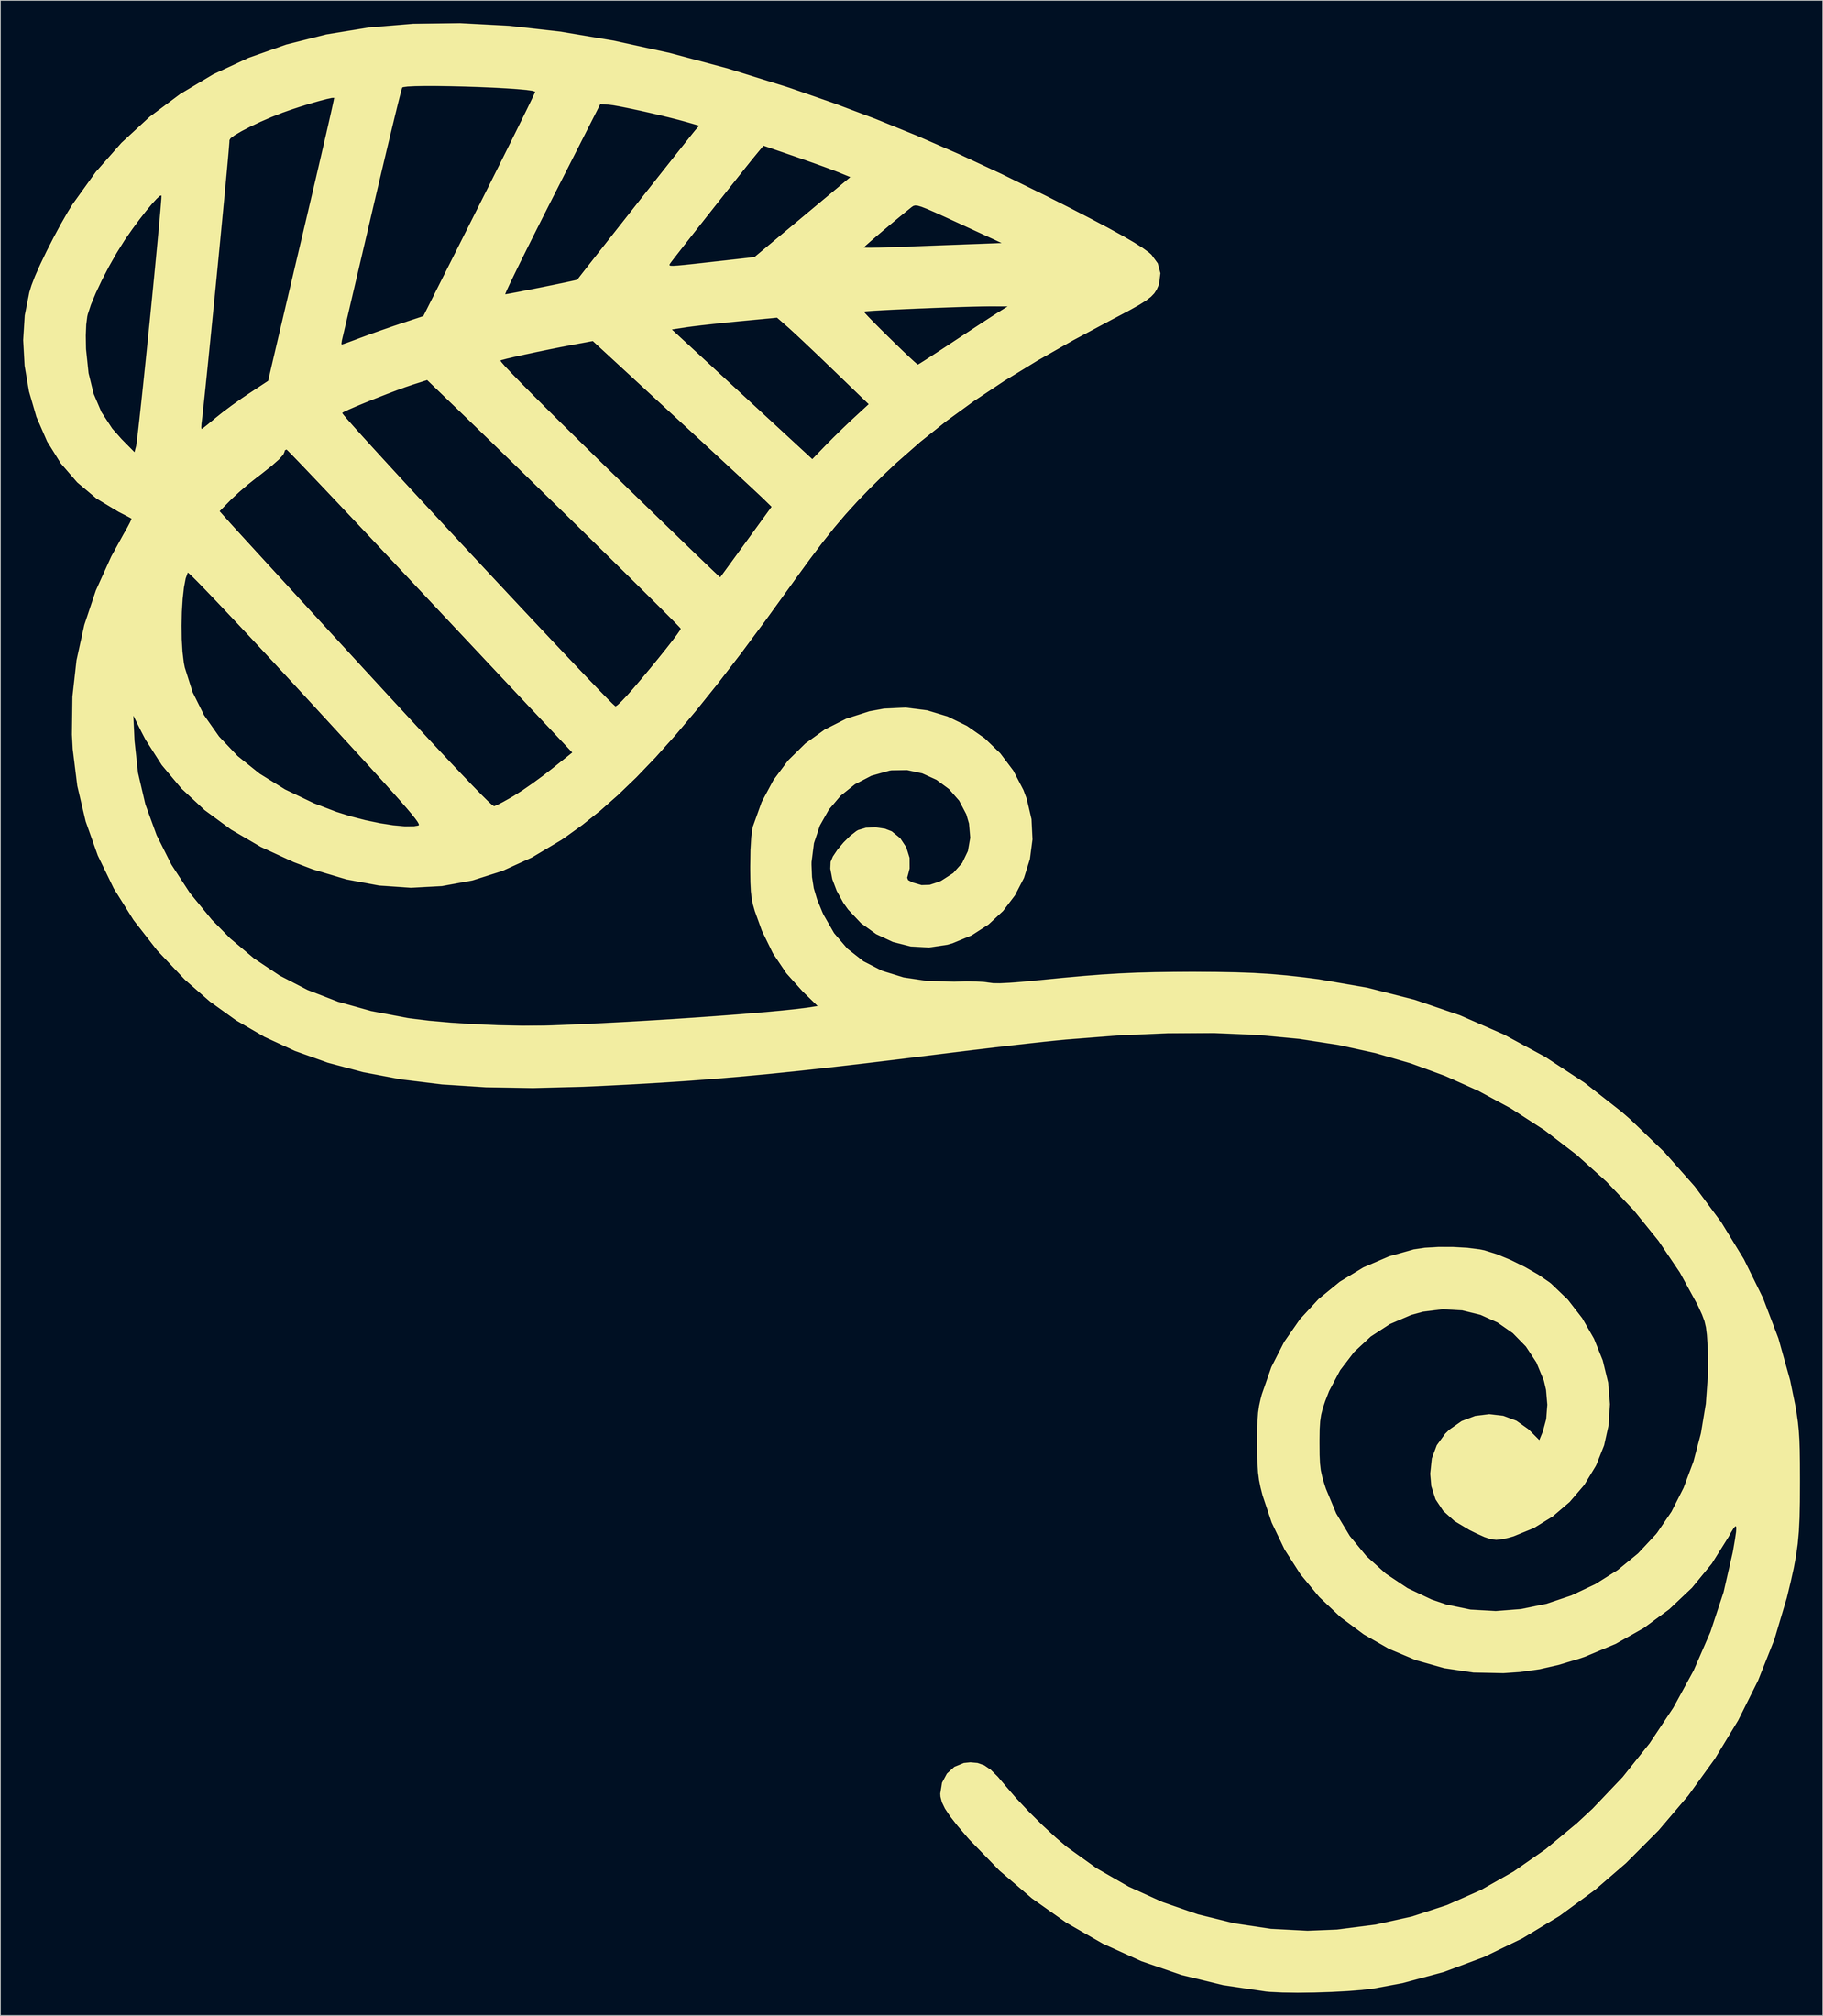
<source format=kicad_pcb>
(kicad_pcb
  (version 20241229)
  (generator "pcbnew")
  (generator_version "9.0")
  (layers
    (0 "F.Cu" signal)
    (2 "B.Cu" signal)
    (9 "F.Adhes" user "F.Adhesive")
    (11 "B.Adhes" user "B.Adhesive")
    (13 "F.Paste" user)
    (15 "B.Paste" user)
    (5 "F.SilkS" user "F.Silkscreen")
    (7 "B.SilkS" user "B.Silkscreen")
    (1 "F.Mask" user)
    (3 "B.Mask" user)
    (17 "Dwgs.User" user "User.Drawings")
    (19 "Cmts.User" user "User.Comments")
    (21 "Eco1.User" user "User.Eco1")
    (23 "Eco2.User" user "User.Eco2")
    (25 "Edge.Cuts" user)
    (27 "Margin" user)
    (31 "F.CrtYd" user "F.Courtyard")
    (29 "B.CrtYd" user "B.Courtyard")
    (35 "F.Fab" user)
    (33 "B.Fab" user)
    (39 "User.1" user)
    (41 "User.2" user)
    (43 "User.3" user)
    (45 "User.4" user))
  (footprint "leaf-logo"
    (layer "F.Cu")
    (at 116.942 129.597)
    (property "Reference" "leaf-logo" (at 0 0 0) (layer "F.SilkS") (effects (font (size 1.524 1.524) (thickness 0.3))))
    (attr board_only exclude_from_pos_files exclude_from_bom)
    (fp_poly (pts (xy -53.015 -129.251) (xy -46.268 -128.486) (xy -39.235 -127.298) (xy -31.918 -125.689) (xy -24.322 -123.658) (xy -16.449 -121.204) (xy -16.007 -121.057) (xy -10.346 -119.087) (xy -4.852 -117.02) (xy 0.59 -114.808) (xy 6.097 -112.402) (xy 11.782 -109.753) (xy 17.595 -106.897) (xy 20.779 -105.285) (xy 23.505 -103.878) (xy 25.799 -102.664) (xy 27.684 -101.627) (xy 29.185 -100.755) (xy 30.326 -100.033) (xy 31.131 -99.449) (xy 31.477 -99.146) (xy 32.319 -97.994) (xy 32.665 -96.702) (xy 32.5 -95.337) (xy 32.409 -95.074) (xy 32.17 -94.532) (xy 31.862 -94.055) (xy 31.42 -93.595) (xy 30.782 -93.105) (xy 29.883 -92.54) (xy 28.66 -91.853) (xy 27.05 -90.997) (xy 26.326 -90.62) (xy 21.133 -87.843) (xy 16.403 -85.149) (xy 12.085 -82.504) (xy 8.124 -79.871) (xy 4.47 -77.215) (xy 1.07 -74.5) (xy -2.129 -71.69) (xy -3.798 -70.115) (xy -5.602 -68.335) (xy -7.229 -66.648) (xy -8.753 -64.967) (xy -10.246 -63.206) (xy -11.781 -61.277) (xy -13.431 -59.094) (xy -15.268 -56.571) (xy -15.783 -55.852) (xy -19.262 -51.039) (xy -22.514 -46.664) (xy -25.564 -42.7) (xy -28.438 -39.118) (xy -31.161 -35.89) (xy -33.758 -32.99) (xy -36.253 -30.389) (xy -38.671 -28.059) (xy -41.038 -25.973) (xy -43.379 -24.104) (xy -45.718 -22.422) (xy -46.17 -22.118) (xy -50.014 -19.828) (xy -53.9 -18.057) (xy -57.842 -16.803) (xy -61.851 -16.066) (xy -65.941 -15.844) (xy -70.125 -16.135) (xy -74.416 -16.94) (xy -78.827 -18.257) (xy -81.338 -19.212) (xy -85.673 -21.211) (xy -89.587 -23.496) (xy -93.07 -26.059) (xy -96.114 -28.892) (xy -98.71 -31.989) (xy -100.849 -35.34) (xy -101.393 -36.38) (xy -102.448 -38.497) (xy -102.293 -35.19) (xy -101.832 -30.952) (xy -100.859 -26.801) (xy -99.387 -22.766) (xy -97.432 -18.875) (xy -95.006 -15.158) (xy -92.124 -11.642) (xy -89.704 -9.185) (xy -86.58 -6.551) (xy -83.199 -4.293) (xy -79.524 -2.396) (xy -75.52 -0.845) (xy -71.151 0.378) (xy -66.383 1.287) (xy -66.02 1.341) (xy -63.542 1.647) (xy -60.685 1.904) (xy -57.597 2.104) (xy -54.426 2.239) (xy -51.322 2.303) (xy -48.431 2.288) (xy -47.36 2.258) (xy -44.432 2.141) (xy -41.318 1.996) (xy -38.081 1.825) (xy -34.782 1.635) (xy -31.486 1.429) (xy -28.255 1.211) (xy -25.152 0.987) (xy -22.239 0.76) (xy -19.579 0.536) (xy -17.236 0.318) (xy -15.271 0.11) (xy -13.748 -0.081) (xy -13.292 -0.15) (xy -12.429 -0.29) (xy -14.384 -2.195) (xy -16.533 -4.585) (xy -18.309 -7.224) (xy -19.758 -10.19) (xy -20.695 -12.789) (xy -20.938 -13.643) (xy -21.107 -14.473) (xy -21.213 -15.405) (xy -21.271 -16.57) (xy -21.293 -18.096) (xy -21.294 -18.653) (xy -21.262 -20.806) (xy -21.16 -22.495) (xy -20.99 -23.693) (xy -20.929 -23.945) (xy -19.785 -27.127) (xy -18.233 -30.023) (xy -16.309 -32.6) (xy -14.048 -34.826) (xy -11.488 -36.668) (xy -8.664 -38.093) (xy -5.613 -39.069) (xy -3.696 -39.424) (xy -0.841 -39.557) (xy 1.967 -39.197) (xy 4.672 -38.38) (xy 7.215 -37.141) (xy 9.542 -35.517) (xy 11.594 -33.543) (xy 13.316 -31.256) (xy 14.65 -28.691) (xy 15.084 -27.53) (xy 15.709 -24.861) (xy 15.837 -22.203) (xy 15.497 -19.612) (xy 14.719 -17.143) (xy 13.533 -14.85) (xy 11.969 -12.788) (xy 10.057 -11.013) (xy 7.827 -9.578) (xy 5.308 -8.539) (xy 4.632 -8.346) (xy 2.232 -7.985) (xy -0.175 -8.117) (xy -2.518 -8.713) (xy -4.721 -9.742) (xy -6.713 -11.175) (xy -8.419 -12.983) (xy -9.047 -13.869) (xy -9.914 -15.436) (xy -10.497 -16.972) (xy -10.76 -18.359) (xy -10.722 -19.24) (xy -10.422 -19.957) (xy -9.815 -20.857) (xy -9.019 -21.806) (xy -8.15 -22.668) (xy -7.325 -23.308) (xy -7.094 -23.441) (xy -6.061 -23.747) (xy -4.8 -23.8) (xy -3.546 -23.607) (xy -2.677 -23.269) (xy -1.562 -22.367) (xy -0.763 -21.161) (xy -0.333 -19.787) (xy -0.325 -18.38) (xy -0.489 -17.729) (xy -0.644 -17.17) (xy -0.522 -16.853) (xy -0.025 -16.586) (xy 0.132 -16.52) (xy 1.244 -16.197) (xy 2.319 -16.231) (xy 3.539 -16.635) (xy 3.836 -16.77) (xy 5.411 -17.781) (xy 6.587 -19.103) (xy 7.341 -20.671) (xy 7.649 -22.423) (xy 7.486 -24.294) (xy 7.13 -25.51) (xy 6.188 -27.303) (xy 4.851 -28.831) (xy 3.207 -30.044) (xy 1.343 -30.892) (xy -0.654 -31.326) (xy -2.694 -31.296) (xy -2.993 -31.249) (xy -5.367 -30.576) (xy -7.514 -29.461) (xy -9.388 -27.961) (xy -10.943 -26.132) (xy -12.131 -24.031) (xy -12.907 -21.713) (xy -13.224 -19.235) (xy -13.229 -18.875) (xy -13.163 -17.243) (xy -12.933 -15.784) (xy -12.494 -14.308) (xy -11.8 -12.625) (xy -11.653 -12.303) (xy -10.26 -9.872) (xy -8.509 -7.832) (xy -6.402 -6.181) (xy -3.941 -4.922) (xy -1.126 -4.054) (xy 2.042 -3.578) (xy 5.561 -3.495) (xy 5.797 -3.504) (xy 7.166 -3.531) (xy 8.437 -3.515) (xy 9.464 -3.458) (xy 10.083 -3.372) (xy 10.661 -3.294) (xy 11.557 -3.284) (xy 12.822 -3.345) (xy 14.509 -3.478) (xy 16.589 -3.678) (xy 19.762 -3.993) (xy 22.529 -4.244) (xy 25.009 -4.439) (xy 27.321 -4.583) (xy 29.584 -4.684) (xy 31.916 -4.748) (xy 34.437 -4.781) (xy 36.909 -4.79) (xy 39.956 -4.777) (xy 42.6 -4.729) (xy 44.964 -4.641) (xy 47.174 -4.503) (xy 49.355 -4.309) (xy 51.631 -4.052) (xy 53.446 -3.817) (xy 59.893 -2.697) (xy 66.112 -1.109) (xy 72.09 0.94) (xy 77.817 3.446) (xy 83.278 6.403) (xy 88.463 9.805) (xy 93.359 13.646) (xy 94.514 14.655) (xy 98.977 18.95) (xy 102.949 23.442) (xy 106.432 28.135) (xy 109.428 33.031) (xy 111.94 38.134) (xy 113.967 43.446) (xy 115.513 48.97) (xy 116.187 52.255) (xy 116.384 53.419) (xy 116.535 54.486) (xy 116.645 55.555) (xy 116.721 56.727) (xy 116.768 58.103) (xy 116.792 59.783) (xy 116.801 61.867) (xy 116.801 62.442) (xy 116.789 64.938) (xy 116.746 67.023) (xy 116.658 68.818) (xy 116.512 70.439) (xy 116.294 72.007) (xy 115.99 73.64) (xy 115.587 75.456) (xy 115.074 77.568) (xy 113.433 83.064) (xy 111.292 88.452) (xy 108.675 93.694) (xy 105.605 98.754) (xy 102.106 103.596) (xy 98.202 108.184) (xy 93.917 112.482) (xy 89.854 115.99) (xy 85.182 119.422) (xy 80.306 122.37) (xy 75.234 124.829) (xy 69.977 126.794) (xy 64.544 128.263) (xy 60.722 128.98) (xy 59.185 129.167) (xy 57.276 129.319) (xy 55.137 129.432) (xy 52.907 129.504) (xy 50.728 129.529) (xy 48.74 129.503) (xy 47.083 129.424) (xy 46.567 129.378) (xy 40.897 128.531) (xy 35.419 127.193) (xy 30.149 125.375) (xy 25.105 123.084) (xy 20.303 120.33) (xy 15.761 117.121) (xy 11.494 113.465) (xy 7.521 109.373) (xy 7.246 109.061) (xy 5.942 107.531) (xy 4.979 106.299) (xy 4.317 105.299) (xy 3.914 104.464) (xy 3.729 103.726) (xy 3.705 103.341) (xy 3.936 101.907) (xy 4.58 100.706) (xy 5.563 99.813) (xy 6.811 99.306) (xy 7.65 99.219) (xy 8.621 99.307) (xy 9.488 99.612) (xy 10.344 100.197) (xy 11.284 101.126) (xy 12.245 102.261) (xy 13.655 103.904) (xy 15.343 105.702) (xy 17.158 107.504) (xy 18.948 109.159) (xy 20.373 110.366) (xy 24.267 113.157) (xy 28.482 115.577) (xy 32.951 117.604) (xy 37.606 119.218) (xy 42.381 120.399) (xy 47.21 121.126) (xy 52.023 121.379) (xy 55.898 121.22) (xy 60.957 120.57) (xy 65.774 119.498) (xy 70.385 117.988) (xy 74.825 116.023) (xy 79.127 113.586) (xy 83.327 110.662) (xy 87.459 107.234) (xy 89.528 105.309) (xy 93.476 101.159) (xy 97.02 96.722) (xy 100.139 92.035) (xy 102.814 87.135) (xy 105.024 82.058) (xy 106.749 76.842) (xy 107.957 71.59) (xy 108.232 70.017) (xy 108.393 68.935) (xy 108.431 68.317) (xy 108.34 68.135) (xy 108.11 68.362) (xy 107.735 68.97) (xy 107.394 69.585) (xy 105.199 73.083) (xy 102.595 76.255) (xy 99.606 79.083) (xy 96.255 81.548) (xy 92.566 83.631) (xy 88.561 85.312) (xy 87.795 85.576) (xy 85.043 86.408) (xy 82.516 86.981) (xy 80.004 87.336) (xy 77.787 87.493) (xy 73.847 87.412) (xy 70.002 86.834) (xy 66.292 85.786) (xy 62.755 84.297) (xy 59.429 82.395) (xy 56.353 80.109) (xy 53.564 77.466) (xy 51.102 74.494) (xy 49.003 71.223) (xy 47.307 67.68) (xy 46.107 64.103) (xy 45.832 63.022) (xy 45.639 62.067) (xy 45.513 61.1) (xy 45.44 59.983) (xy 45.407 58.577) (xy 45.398 57.282) (xy 45.404 55.569) (xy 45.44 54.254) (xy 45.518 53.207) (xy 45.651 52.298) (xy 45.852 51.397) (xy 46.01 50.8) (xy 47.265 47.212) (xy 48.948 43.908) (xy 51.029 40.918) (xy 53.478 38.269) (xy 56.266 35.989) (xy 59.364 34.107) (xy 62.741 32.651) (xy 66.014 31.725) (xy 67.465 31.513) (xy 69.245 31.41) (xy 71.166 31.413) (xy 73.039 31.519) (xy 74.675 31.726) (xy 75.274 31.849) (xy 76.887 32.354) (xy 78.727 33.115) (xy 80.618 34.046) (xy 82.384 35.059) (xy 83.851 36.067) (xy 84.065 36.237) (xy 86.267 38.348) (xy 88.161 40.792) (xy 89.705 43.483) (xy 90.855 46.332) (xy 91.569 49.254) (xy 91.806 52.099) (xy 91.618 54.918) (xy 91.04 57.507) (xy 90.035 60.035) (xy 89.936 60.237) (xy 88.423 62.729) (xy 86.509 64.962) (xy 84.269 66.875) (xy 81.782 68.406) (xy 79.121 69.492) (xy 78.425 69.69) (xy 77.558 69.887) (xy 76.833 69.953) (xy 76.121 69.86) (xy 75.29 69.582) (xy 74.209 69.093) (xy 73.334 68.661) (xy 71.359 67.479) (xy 69.878 66.144) (xy 68.867 64.624) (xy 68.305 62.887) (xy 68.163 61.251) (xy 68.375 59.242) (xy 69.02 57.508) (xy 70.128 55.987) (xy 70.681 55.447) (xy 72.294 54.321) (xy 74.072 53.643) (xy 75.927 53.411) (xy 77.769 53.624) (xy 79.51 54.28) (xy 81.061 55.379) (xy 81.267 55.577) (xy 82.516 56.826) (xy 82.965 55.731) (xy 83.419 54.066) (xy 83.565 52.163) (xy 83.398 50.217) (xy 83.115 49.007) (xy 82.126 46.605) (xy 80.744 44.511) (xy 79.022 42.752) (xy 77.016 41.356) (xy 74.779 40.349) (xy 72.366 39.758) (xy 69.831 39.61) (xy 67.229 39.931) (xy 65.643 40.366) (xy 62.849 41.568) (xy 60.342 43.201) (xy 58.155 45.233) (xy 56.319 47.631) (xy 54.867 50.364) (xy 54.336 51.729) (xy 54.023 52.68) (xy 53.813 53.504) (xy 53.687 54.351) (xy 53.624 55.373) (xy 53.604 56.722) (xy 53.604 57.282) (xy 53.616 58.768) (xy 53.665 59.887) (xy 53.773 60.802) (xy 53.963 61.673) (xy 54.259 62.663) (xy 54.447 63.235) (xy 55.801 66.483) (xy 57.588 69.448) (xy 59.771 72.096) (xy 62.315 74.393) (xy 65.185 76.307) (xy 68.347 77.802) (xy 70.301 78.465) (xy 73.475 79.126) (xy 76.77 79.315) (xy 80.123 79.052) (xy 83.469 78.36) (xy 86.744 77.26) (xy 89.883 75.775) (xy 92.823 73.926) (xy 95.497 71.737) (xy 97.843 69.227) (xy 98.031 68.992) (xy 99.901 66.242) (xy 101.493 63.101) (xy 102.789 59.64) (xy 103.77 55.93) (xy 104.417 52.044) (xy 104.71 48.051) (xy 104.65 44.323) (xy 104.556 42.985) (xy 104.433 41.993) (xy 104.235 41.163) (xy 103.917 40.312) (xy 103.432 39.257) (xy 103.324 39.031) (xy 100.993 34.763) (xy 98.186 30.606) (xy 94.954 26.608) (xy 91.346 22.818) (xy 87.412 19.284) (xy 83.202 16.056) (xy 78.766 13.181) (xy 74.48 10.868) (xy 70.141 8.926) (xy 65.652 7.276) (xy 60.978 5.915) (xy 56.085 4.839) (xy 50.939 4.043) (xy 45.507 3.523) (xy 39.753 3.276) (xy 33.645 3.297) (xy 27.147 3.582) (xy 20.227 4.128) (xy 18.918 4.255) (xy 17.399 4.414) (xy 15.458 4.629) (xy 13.194 4.888) (xy 10.711 5.18) (xy 8.11 5.492) (xy 5.492 5.813) (xy 3.307 6.086) (xy -1.912 6.738) (xy -6.679 7.315) (xy -11.061 7.825) (xy -15.129 8.273) (xy -18.952 8.666) (xy -22.599 9.01) (xy -26.141 9.311) (xy -29.646 9.577) (xy -33.184 9.813) (xy -36.825 10.025) (xy -40.637 10.221) (xy -43.259 10.342) (xy -49.88 10.514) (xy -56.065 10.414) (xy -61.835 10.036) (xy -67.211 9.373) (xy -72.215 8.421) (xy -76.868 7.174) (xy -81.19 5.626) (xy -85.203 3.771) (xy -88.929 1.604) (xy -92.387 -0.881) (xy -95.6 -3.69) (xy -95.737 -3.823) (xy -99.334 -7.631) (xy -102.431 -11.609) (xy -105.027 -15.758) (xy -107.123 -20.082) (xy -108.722 -24.58) (xy -109.823 -29.256) (xy -110.427 -34.111) (xy -110.526 -36.012) (xy -110.463 -40.994) (xy -109.925 -45.782) (xy -108.92 -50.337) (xy -96.105 -50.337) (xy -96.079 -48.555) (xy -95.981 -46.897) (xy -95.808 -45.471) (xy -95.685 -44.847) (xy -94.651 -41.584) (xy -93.142 -38.547) (xy -91.164 -35.741) (xy -88.725 -33.174) (xy -85.831 -30.851) (xy -82.487 -28.778) (xy -78.702 -26.963) (xy -75.735 -25.828) (xy -73.864 -25.24) (xy -71.93 -24.739) (xy -70.031 -24.341) (xy -68.266 -24.063) (xy -66.733 -23.921) (xy -65.53 -23.931) (xy -64.937 -24.037) (xy -64.878 -24.11) (xy -64.922 -24.278) (xy -65.09 -24.564) (xy -65.401 -24.992) (xy -65.877 -25.585) (xy -66.538 -26.366) (xy -67.404 -27.358) (xy -68.495 -28.585) (xy -69.831 -30.069) (xy -71.434 -31.835) (xy -73.324 -33.904) (xy -75.52 -36.3) (xy -78.044 -39.047) (xy -79.753 -40.906) (xy -82.136 -43.489) (xy -84.397 -45.931) (xy -86.513 -48.205) (xy -88.46 -50.286) (xy -90.212 -52.148) (xy -91.745 -53.765) (xy -93.035 -55.11) (xy -94.057 -56.159) (xy -94.787 -56.885) (xy -95.2 -57.263) (xy -95.286 -57.31) (xy -95.565 -56.535) (xy -95.79 -55.342) (xy -95.958 -53.839) (xy -96.064 -52.134) (xy -96.105 -50.337) (xy -108.92 -50.337) (xy -108.902 -50.42) (xy -107.381 -54.957) (xy -105.351 -59.437) (xy -103.803 -62.255) (xy -103.281 -63.172) (xy -102.895 -63.901) (xy -102.701 -64.334) (xy -102.692 -64.407) (xy -102.961 -64.562) (xy -103.571 -64.884) (xy -104.378 -65.297) (xy -104.527 -65.386) (xy -91.097 -65.386) (xy -89.668 -63.786) (xy -89.279 -63.356) (xy -88.561 -62.567) (xy -87.54 -61.451) (xy -86.245 -60.036) (xy -84.705 -58.354) (xy -82.946 -56.435) (xy -80.998 -54.311) (xy -78.887 -52.011) (xy -76.643 -49.566) (xy -74.293 -47.007) (xy -71.866 -44.364) (xy -71.834 -44.33) (xy -68.663 -40.883) (xy -65.839 -37.825) (xy -63.355 -35.148) (xy -61.205 -32.847) (xy -59.385 -30.915) (xy -57.886 -29.346) (xy -56.705 -28.133) (xy -55.834 -27.27) (xy -55.267 -26.751) (xy -54.999 -26.569) (xy -54.987 -26.569) (xy -54.575 -26.74) (xy -53.837 -27.12) (xy -52.9 -27.644) (xy -52.377 -27.95) (xy -51.285 -28.645) (xy -49.964 -29.558) (xy -48.589 -30.563) (xy -47.459 -31.438) (xy -44.708 -33.639) (xy -50.228 -39.508) (xy -51.366 -40.719) (xy -52.82 -42.266) (xy -54.543 -44.1) (xy -56.487 -46.171) (xy -58.606 -48.428) (xy -60.854 -50.823) (xy -63.183 -53.305) (xy -65.547 -55.824) (xy -67.9 -58.331) (xy -68.901 -59.399) (xy -71.054 -61.691) (xy -73.103 -63.869) (xy -75.021 -65.903) (xy -76.777 -67.761) (xy -78.344 -69.413) (xy -79.691 -70.828) (xy -80.79 -71.976) (xy -81.611 -72.826) (xy -82.126 -73.347) (xy -82.303 -73.51) (xy -82.524 -73.386) (xy -82.55 -73.231) (xy -82.733 -72.82) (xy -83.295 -72.199) (xy -84.258 -71.35) (xy -85.643 -70.252) (xy -86.254 -69.788) (xy -87.363 -68.909) (xy -88.514 -67.923) (xy -89.494 -67.014) (xy -89.668 -66.841) (xy -91.097 -65.386) (xy -104.527 -65.386) (xy -107.287 -67.048) (xy -109.828 -69.178) (xy -111.996 -71.683) (xy -113.789 -74.559) (xy -115.201 -77.799) (xy -115.202 -77.803) (xy -116.171 -81.13) (xy -116.752 -84.527) (xy -116.942 -87.901) (xy -116.904 -88.499) (xy -108.703 -88.499) (xy -108.675 -86.86) (xy -108.665 -86.651) (xy -108.338 -83.562) (xy -107.67 -80.839) (xy -106.64 -78.426) (xy -105.224 -76.265) (xy -103.999 -74.881) (xy -102.297 -73.157) (xy -102.086 -73.951) (xy -102.022 -74.352) (xy -101.911 -75.231) (xy -101.775 -76.401) (xy -93.512 -76.401) (xy -93.465 -76.2) (xy -93.229 -76.359) (xy -92.692 -76.784) (xy -91.954 -77.394) (xy -91.657 -77.644) (xy -90.812 -78.32) (xy -74.976 -78.32) (xy -74.829 -78.104) (xy -74.348 -77.534) (xy -73.563 -76.643) (xy -72.504 -75.462) (xy -71.199 -74.023) (xy -69.678 -72.358) (xy -67.972 -70.497) (xy -66.109 -68.473) (xy -64.118 -66.318) (xy -62.03 -64.063) (xy -59.874 -61.739) (xy -57.679 -59.379) (xy -55.475 -57.015) (xy -53.291 -54.677) (xy -51.157 -52.397) (xy -49.102 -50.208) (xy -47.156 -48.14) (xy -45.348 -46.226) (xy -43.708 -44.497) (xy -42.266 -42.985) (xy -41.05 -41.721) (xy -40.09 -40.738) (xy -39.417 -40.066) (xy -39.058 -39.738) (xy -39.011 -39.71) (xy -38.738 -39.89) (xy -38.204 -40.398) (xy -37.49 -41.153) (xy -36.737 -42.003) (xy -35.608 -43.328) (xy -34.474 -44.688) (xy -33.386 -46.017) (xy -32.395 -47.252) (xy -31.553 -48.326) (xy -30.912 -49.177) (xy -30.523 -49.738) (xy -30.427 -49.932) (xy -30.612 -50.145) (xy -31.144 -50.697) (xy -31.994 -51.555) (xy -33.128 -52.69) (xy -34.517 -54.071) (xy -36.129 -55.666) (xy -37.932 -57.446) (xy -39.894 -59.378) (xy -41.986 -61.433) (xy -44.174 -63.58) (xy -46.429 -65.787) (xy -48.718 -68.024) (xy -51.01 -70.26) (xy -53.273 -72.465) (xy -55.478 -74.607) (xy -57.591 -76.656) (xy -59.582 -78.581) (xy -60.54 -79.505) (xy -63.798 -82.644) (xy -65.699 -82.039) (xy -66.639 -81.72) (xy -67.824 -81.287) (xy -69.161 -80.779) (xy -70.553 -80.234) (xy -71.905 -79.691) (xy -73.12 -79.187) (xy -74.102 -78.762) (xy -74.757 -78.453) (xy -74.976 -78.32) (xy -90.812 -78.32) (xy -90.699 -78.411) (xy -89.476 -79.324) (xy -88.17 -80.251) (xy -87.332 -80.817) (xy -84.71 -82.546) (xy -84.3 -84.334) (xy -84.168 -84.902) (xy -84.093 -85.218) (xy -54.164 -85.218) (xy -54.037 -85.007) (xy -53.545 -84.446) (xy -52.705 -83.555) (xy -51.533 -82.349) (xy -50.048 -80.847) (xy -48.265 -79.065) (xy -46.202 -77.02) (xy -43.876 -74.73) (xy -41.304 -72.212) (xy -39.896 -70.839) (xy -37.581 -68.585) (xy -35.378 -66.443) (xy -33.315 -64.44) (xy -31.422 -62.606) (xy -29.728 -60.967) (xy -28.261 -59.553) (xy -27.052 -58.39) (xy -26.128 -57.507) (xy -25.519 -56.933) (xy -25.254 -56.694) (xy -25.245 -56.689) (xy -25.079 -56.912) (xy -24.647 -57.501) (xy -23.996 -58.392) (xy -23.173 -59.522) (xy -22.222 -60.829) (xy -21.834 -61.362) (xy -18.485 -65.971) (xy -19.628 -67.086) (xy -20.038 -67.476) (xy -20.797 -68.186) (xy -21.864 -69.18) (xy -23.199 -70.42) (xy -24.762 -71.867) (xy -26.511 -73.485) (xy -28.406 -75.236) (xy -30.407 -77.083) (xy -31.388 -77.987) (xy -42.006 -87.774) (xy -44.617 -87.287) (xy -46.156 -86.992) (xy -47.778 -86.667) (xy -49.394 -86.332) (xy -50.911 -86.007) (xy -52.239 -85.712) (xy -53.288 -85.465) (xy -53.966 -85.287) (xy -54.164 -85.218) (xy -84.093 -85.218) (xy -83.925 -85.935) (xy -83.584 -87.386) (xy -83.57 -87.449) (xy -75.076 -87.449) (xy -75.037 -87.312) (xy -74.756 -87.4) (xy -74.095 -87.636) (xy -73.17 -87.979) (xy -72.585 -88.2) (xy -71.308 -88.67) (xy -69.762 -89.221) (xy -69.541 -89.297) (xy -31.602 -89.297) (xy -13.126 -72.239) (xy -11.392 -74.037) (xy -10.362 -75.078) (xy -9.155 -76.259) (xy -7.989 -77.369) (xy -7.684 -77.652) (xy -5.711 -79.469) (xy -10.33 -83.929) (xy -11.711 -85.257) (xy -13.052 -86.536) (xy -14.276 -87.695) (xy -15.311 -88.664) (xy -16.08 -89.372) (xy -16.358 -89.62) (xy -17.767 -90.85) (xy -22.708 -90.376) (xy -24.435 -90.203) (xy -26.134 -90.023) (xy -27.673 -89.849) (xy -28.922 -89.696) (xy -29.625 -89.599) (xy -31.602 -89.297) (xy -69.541 -89.297) (xy -68.179 -89.768) (xy -67.274 -90.072) (xy -64.3 -91.058) (xy -64.008 -91.639) (xy -6.339 -91.639) (xy -6.189 -91.44) (xy -5.728 -90.945) (xy -5.025 -90.225) (xy -4.152 -89.349) (xy -3.18 -88.388) (xy -2.181 -87.41) (xy -1.224 -86.486) (xy -0.382 -85.685) (xy 0.274 -85.077) (xy 0.674 -84.733) (xy 0.757 -84.68) (xy 0.996 -84.815) (xy 1.608 -85.201) (xy 2.528 -85.793) (xy 3.687 -86.549) (xy 5.02 -87.426) (xy 5.387 -87.669) (xy 6.856 -88.639) (xy 8.265 -89.566) (xy 9.52 -90.388) (xy 10.53 -91.044) (xy 11.201 -91.475) (xy 11.245 -91.502) (xy 12.568 -92.333) (xy 10.186 -92.337) (xy 9.208 -92.327) (xy 7.9 -92.298) (xy 6.341 -92.252) (xy 4.608 -92.193) (xy 2.776 -92.125) (xy 0.924 -92.05) (xy -0.873 -91.972) (xy -2.536 -91.894) (xy -3.991 -91.819) (xy -5.158 -91.75) (xy -5.963 -91.691) (xy -6.327 -91.645) (xy -6.339 -91.639) (xy -64.008 -91.639) (xy -62.857 -93.927) (xy -53.528 -93.927) (xy -53.21 -93.977) (xy -52.461 -94.116) (xy -51.369 -94.327) (xy -50.021 -94.593) (xy -48.7 -94.857) (xy -47.215 -95.16) (xy -45.923 -95.428) (xy -44.909 -95.645) (xy -44.256 -95.792) (xy -44.047 -95.849) (xy -43.836 -96.127) (xy -43.337 -96.768) (xy -42.59 -97.722) (xy -42.506 -97.829) (xy -31.915 -97.829) (xy -31.909 -97.735) (xy -31.764 -97.682) (xy -31.419 -97.673) (xy -30.814 -97.71) (xy -29.891 -97.798) (xy -28.588 -97.938) (xy -26.846 -98.134) (xy -25.911 -98.24) (xy -20.733 -98.826) (xy -19.22 -100.088) (xy -6.35 -100.088) (xy -6.1 -100.061) (xy -5.406 -100.056) (xy -4.354 -100.072) (xy -3.029 -100.109) (xy -1.786 -100.153) (xy 0.197 -100.231) (xy 2.451 -100.318) (xy 4.732 -100.406) (xy 6.795 -100.485) (xy 7.276 -100.503) (xy 11.774 -100.674) (xy 6.146 -103.269) (xy 4.361 -104.09) (xy 2.992 -104.711) (xy 1.976 -105.153) (xy 1.25 -105.437) (xy 0.75 -105.585) (xy 0.413 -105.619) (xy 0.175 -105.56) (xy -0.028 -105.43) (xy -0.085 -105.385) (xy -0.87 -104.753) (xy -1.816 -103.976) (xy -2.841 -103.123) (xy -3.865 -102.262) (xy -4.808 -101.46) (xy -5.59 -100.786) (xy -6.131 -100.307) (xy -6.349 -100.092) (xy -6.35 -100.088) (xy -19.22 -100.088) (xy -14.43 -104.085) (xy -8.127 -109.345) (xy -9.686 -109.982) (xy -10.483 -110.292) (xy -11.652 -110.724) (xy -13.064 -111.232) (xy -14.59 -111.77) (xy -15.398 -112.05) (xy -19.552 -113.48) (xy -20.581 -112.236) (xy -21.053 -111.657) (xy -21.763 -110.772) (xy -22.665 -109.64) (xy -23.712 -108.323) (xy -24.856 -106.878) (xy -26.05 -105.368) (xy -27.247 -103.851) (xy -28.4 -102.387) (xy -29.46 -101.036) (xy -30.382 -99.859) (xy -31.117 -98.914) (xy -31.619 -98.263) (xy -31.84 -97.964) (xy -31.842 -97.962) (xy -31.915 -97.829) (xy -42.506 -97.829) (xy -41.634 -98.939) (xy -40.511 -100.367) (xy -39.26 -101.956) (xy -37.921 -103.654) (xy -36.535 -105.411) (xy -35.142 -107.177) (xy -33.781 -108.899) (xy -32.493 -110.528) (xy -31.318 -112.012) (xy -30.297 -113.301) (xy -29.469 -114.343) (xy -28.874 -115.089) (xy -28.553 -115.486) (xy -28.514 -115.531) (xy -28.001 -116.102) (xy -29.545 -116.552) (xy -30.733 -116.878) (xy -32.169 -117.243) (xy -33.746 -117.622) (xy -35.355 -117.99) (xy -36.889 -118.324) (xy -38.24 -118.6) (xy -39.302 -118.794) (xy -39.965 -118.882) (xy -39.992 -118.883) (xy -41.029 -118.93) (xy -47.387 -106.429) (xy -48.592 -104.052) (xy -49.714 -101.823) (xy -50.732 -99.785) (xy -51.626 -97.981) (xy -52.372 -96.456) (xy -52.952 -95.251) (xy -53.342 -94.41) (xy -53.522 -93.977) (xy -53.528 -93.927) (xy -62.857 -93.927) (xy -56.898 -105.775) (xy -55.596 -108.367) (xy -54.371 -110.815) (xy -53.241 -113.081) (xy -52.226 -115.124) (xy -51.347 -116.902) (xy -50.623 -118.377) (xy -50.075 -119.507) (xy -49.722 -120.252) (xy -49.585 -120.571) (xy -49.584 -120.58) (xy -49.953 -120.698) (xy -50.77 -120.813) (xy -51.958 -120.922) (xy -53.438 -121.024) (xy -55.131 -121.116) (xy -56.96 -121.194) (xy -58.845 -121.258) (xy -60.709 -121.303) (xy -62.474 -121.329) (xy -64.06 -121.332) (xy -65.39 -121.31) (xy -66.385 -121.26) (xy -66.966 -121.18) (xy -67.075 -121.132) (xy -67.165 -120.85) (xy -67.364 -120.096) (xy -67.662 -118.915) (xy -68.047 -117.351) (xy -68.509 -115.448) (xy -69.038 -113.25) (xy -69.622 -110.802) (xy -70.251 -108.147) (xy -70.914 -105.33) (xy -71.055 -104.728) (xy -71.725 -101.869) (xy -72.362 -99.151) (xy -72.955 -96.621) (xy -73.494 -94.325) (xy -73.967 -92.307) (xy -74.365 -90.613) (xy -74.677 -89.29) (xy -74.891 -88.382) (xy -74.997 -87.936) (xy -75.004 -87.908) (xy -75.076 -87.449) (xy -83.57 -87.449) (xy -83.156 -89.204) (xy -82.652 -91.342) (xy -82.085 -93.75) (xy -81.464 -96.379) (xy -80.803 -99.18) (xy -80.112 -102.104) (xy -79.921 -102.91) (xy -79.24 -105.8) (xy -78.597 -108.535) (xy -78.004 -111.073) (xy -77.47 -113.369) (xy -77.005 -115.382) (xy -76.619 -117.067) (xy -76.322 -118.383) (xy -76.124 -119.287) (xy -76.035 -119.734) (xy -76.031 -119.776) (xy -76.333 -119.764) (xy -77.033 -119.613) (xy -78.026 -119.351) (xy -79.211 -119.01) (xy -80.482 -118.617) (xy -81.737 -118.204) (xy -82.815 -117.822) (xy -84.273 -117.247) (xy -85.71 -116.623) (xy -87.047 -115.991) (xy -88.203 -115.392) (xy -89.1 -114.867) (xy -89.659 -114.455) (xy -89.805 -114.209) (xy -89.817 -113.917) (xy -89.877 -113.15) (xy -89.981 -111.959) (xy -90.124 -110.396) (xy -90.3 -108.511) (xy -90.504 -106.358) (xy -90.732 -103.985) (xy -90.978 -101.446) (xy -91.237 -98.791) (xy -91.504 -96.072) (xy -91.775 -93.341) (xy -92.044 -90.647) (xy -92.305 -88.044) (xy -92.555 -85.581) (xy -92.788 -83.311) (xy -92.998 -81.285) (xy -93.181 -79.554) (xy -93.332 -78.17) (xy -93.445 -77.184) (xy -93.477 -76.928) (xy -93.512 -76.401) (xy -101.775 -76.401) (xy -101.759 -76.54) (xy -101.57 -78.231) (xy -101.349 -80.254) (xy -101.103 -82.563) (xy -100.837 -85.108) (xy -100.555 -87.842) (xy -100.264 -90.698) (xy -99.978 -93.552) (xy -99.711 -96.251) (xy -99.468 -98.749) (xy -99.252 -101) (xy -99.069 -102.957) (xy -98.922 -104.575) (xy -98.816 -105.806) (xy -98.756 -106.605) (xy -98.745 -106.925) (xy -98.745 -106.927) (xy -98.944 -106.89) (xy -99.391 -106.486) (xy -100.031 -105.78) (xy -100.81 -104.84) (xy -101.674 -103.732) (xy -102.567 -102.522) (xy -103.435 -101.277) (xy -103.624 -100.994) (xy -104.638 -99.374) (xy -105.64 -97.609) (xy -106.574 -95.81) (xy -107.388 -94.086) (xy -108.028 -92.548) (xy -108.439 -91.305) (xy -108.507 -91.017) (xy -108.645 -89.938) (xy -108.703 -88.499) (xy -116.904 -88.499) (xy -116.736 -91.153) (xy -116.131 -94.19) (xy -115.852 -95.1) (xy -115.389 -96.304) (xy -114.71 -97.834) (xy -113.877 -99.566) (xy -112.954 -101.377) (xy -112.003 -103.143) (xy -111.086 -104.741) (xy -110.441 -105.782) (xy -107.387 -110.029) (xy -104.008 -113.861) (xy -100.306 -117.278) (xy -96.285 -120.279) (xy -91.948 -122.864) (xy -87.298 -125.031) (xy -82.339 -126.782) (xy -77.073 -128.114) (xy -71.505 -129.027) (xy -65.636 -129.522) (xy -59.472 -129.597)) (stroke (width 0) (type solid)) (fill yes) (layer "F.SilkS")))
  (gr_rect
    (start -3 -3)
    (end 236.743 262.126)
    (stroke (width 0.1) (type default))
    (fill no)
    (layer "Edge.Cuts")))
</source>
